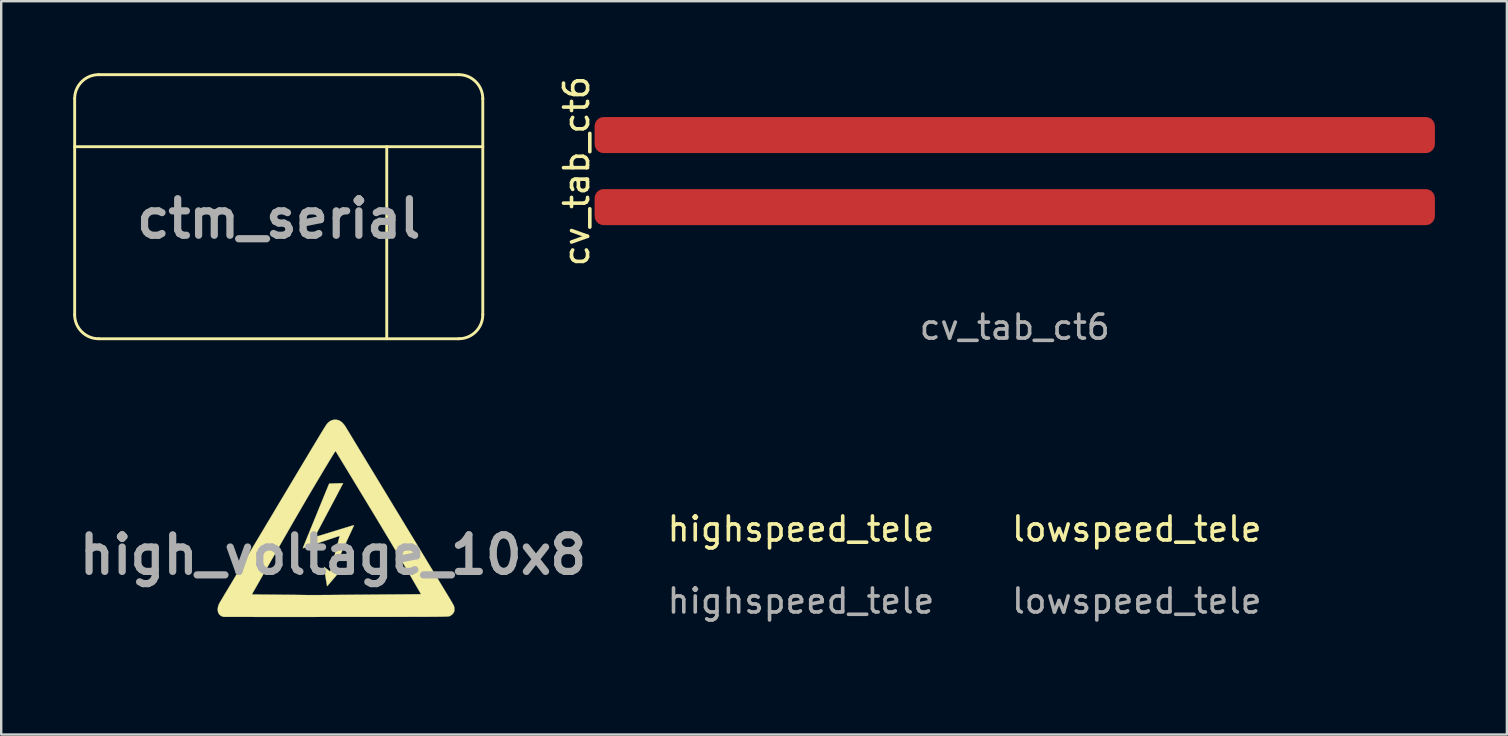
<source format=kicad_pcb>
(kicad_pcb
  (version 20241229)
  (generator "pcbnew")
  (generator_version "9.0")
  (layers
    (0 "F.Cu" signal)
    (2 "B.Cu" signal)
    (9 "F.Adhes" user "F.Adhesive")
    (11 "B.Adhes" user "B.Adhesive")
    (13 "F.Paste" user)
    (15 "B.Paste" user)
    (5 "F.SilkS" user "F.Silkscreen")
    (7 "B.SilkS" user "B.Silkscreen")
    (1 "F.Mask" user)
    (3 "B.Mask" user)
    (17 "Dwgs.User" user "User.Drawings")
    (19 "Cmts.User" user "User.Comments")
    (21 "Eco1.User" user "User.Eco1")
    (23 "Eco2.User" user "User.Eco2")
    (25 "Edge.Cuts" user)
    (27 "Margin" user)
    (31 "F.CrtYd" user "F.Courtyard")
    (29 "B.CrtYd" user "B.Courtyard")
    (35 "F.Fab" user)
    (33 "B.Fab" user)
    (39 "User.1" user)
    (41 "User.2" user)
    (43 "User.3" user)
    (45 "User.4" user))
  (footprint "high_voltage_10x8"
    (layer "F.Cu")
    (at 10.947 18.538)
    (property "Reference" "high_voltage_10x8" (at -0.127 1.524 0) (layer "F.Fab") (effects (font (size 1.524 1.524) (thickness 0.3))))
    (attr through_hole)
    (fp_poly (pts (xy 0.294 -1.46) (xy 0.295 -1.46) (xy 0.291 -1.452) (xy 0.28 -1.43) (xy 0.262 -1.395) (xy 0.237 -1.348) (xy 0.206 -1.289) (xy 0.17 -1.219) (xy 0.127 -1.138) (xy 0.08 -1.049) (xy 0.029 -0.951) (xy -0.027 -0.846) (xy -0.086 -0.734) (xy -0.148 -0.616) (xy -0.214 -0.493) (xy -0.281 -0.366) (xy -0.296 -0.338) (xy -0.364 -0.21) (xy -0.43 -0.086) (xy -0.493 0.033) (xy -0.553 0.147) (xy -0.609 0.253) (xy -0.661 0.353) (xy -0.71 0.444) (xy -0.753 0.526) (xy -0.791 0.598) (xy -0.823 0.66) (xy -0.849 0.71) (xy -0.869 0.748) (xy -0.882 0.773) (xy -0.887 0.783) (xy -0.887 0.784) (xy -0.879 0.782) (xy -0.855 0.775) (xy -0.818 0.764) (xy -0.767 0.749) (xy -0.705 0.73) (xy -0.632 0.708) (xy -0.55 0.682) (xy -0.459 0.655) (xy -0.36 0.624) (xy -0.255 0.592) (xy -0.144 0.558) (xy -0.067 0.534) (xy 0.046 0.499) (xy 0.155 0.465) (xy 0.258 0.434) (xy 0.354 0.404) (xy 0.443 0.377) (xy 0.522 0.353) (xy 0.592 0.332) (xy 0.65 0.315) (xy 0.696 0.302) (xy 0.729 0.292) (xy 0.748 0.287) (xy 0.751 0.287) (xy 0.748 0.295) (xy 0.738 0.317) (xy 0.722 0.354) (xy 0.7 0.402) (xy 0.672 0.463) (xy 0.639 0.534) (xy 0.602 0.615) (xy 0.56 0.705) (xy 0.515 0.802) (xy 0.466 0.907) (xy 0.415 1.018) (xy 0.361 1.134) (xy 0.305 1.255) (xy 0.302 1.262) (xy 0.246 1.382) (xy 0.191 1.499) (xy 0.14 1.61) (xy 0.091 1.715) (xy 0.046 1.813) (xy 0.005 1.903) (xy -0.032 1.984) (xy -0.065 2.055) (xy -0.092 2.116) (xy -0.114 2.165) (xy -0.131 2.202) (xy -0.14 2.225) (xy -0.143 2.234) (xy -0.143 2.234) (xy -0.134 2.232) (xy -0.111 2.228) (xy -0.078 2.221) (xy -0.037 2.212) (xy 0.008 2.202) (xy 0.055 2.191) (xy 0.1 2.18) (xy 0.141 2.17) (xy 0.174 2.162) (xy 0.197 2.156) (xy 0.203 2.154) (xy 0.206 2.156) (xy 0.199 2.168) (xy 0.194 2.173) (xy 0.184 2.185) (xy 0.164 2.207) (xy 0.136 2.24) (xy 0.1 2.282) (xy 0.059 2.33) (xy 0.012 2.385) (xy -0.038 2.444) (xy -0.08 2.493) (xy -0.145 2.569) (xy -0.2 2.633) (xy -0.245 2.686) (xy -0.282 2.729) (xy -0.311 2.763) (xy -0.333 2.789) (xy -0.35 2.807) (xy -0.361 2.819) (xy -0.368 2.826) (xy -0.372 2.828) (xy -0.373 2.828) (xy -0.375 2.819) (xy -0.378 2.795) (xy -0.385 2.757) (xy -0.393 2.708) (xy -0.403 2.649) (xy -0.414 2.581) (xy -0.426 2.506) (xy -0.439 2.427) (xy -0.439 2.426) (xy -0.453 2.346) (xy -0.465 2.271) (xy -0.476 2.203) (xy -0.485 2.144) (xy -0.493 2.095) (xy -0.499 2.058) (xy -0.502 2.034) (xy -0.503 2.025) (xy -0.503 2.025) (xy -0.496 2.029) (xy -0.478 2.042) (xy -0.451 2.063) (xy -0.417 2.089) (xy -0.377 2.119) (xy -0.376 2.12) (xy -0.336 2.151) (xy -0.301 2.178) (xy -0.273 2.199) (xy -0.254 2.213) (xy -0.246 2.218) (xy -0.246 2.218) (xy -0.243 2.21) (xy -0.236 2.187) (xy -0.226 2.151) (xy -0.212 2.102) (xy -0.196 2.043) (xy -0.177 1.974) (xy -0.156 1.897) (xy -0.133 1.814) (xy -0.109 1.726) (xy -0.085 1.634) (xy -0.059 1.539) (xy -0.034 1.444) (xy -0.008 1.349) (xy 0.016 1.256) (xy 0.04 1.167) (xy 0.063 1.082) (xy 0.083 1.003) (xy 0.102 0.932) (xy 0.118 0.87) (xy 0.132 0.818) (xy 0.142 0.778) (xy 0.148 0.751) (xy 0.151 0.738) (xy 0.151 0.738) (xy 0.143 0.739) (xy 0.12 0.746) (xy 0.083 0.757) (xy 0.033 0.773) (xy -0.028 0.793) (xy -0.1 0.817) (xy -0.181 0.844) (xy -0.271 0.873) (xy -0.368 0.906) (xy -0.47 0.941) (xy -0.578 0.977) (xy -0.618 0.991) (xy -0.727 1.028) (xy -0.832 1.063) (xy -0.931 1.097) (xy -1.023 1.128) (xy -1.108 1.157) (xy -1.183 1.182) (xy -1.248 1.204) (xy -1.302 1.222) (xy -1.343 1.236) (xy -1.372 1.245) (xy -1.385 1.249) (xy -1.386 1.25) (xy -1.383 1.242) (xy -1.374 1.219) (xy -1.36 1.183) (xy -1.34 1.134) (xy -1.315 1.073) (xy -1.286 1.001) (xy -1.253 0.92) (xy -1.217 0.83) (xy -1.177 0.732) (xy -1.134 0.627) (xy -1.089 0.516) (xy -1.042 0.4) (xy -0.993 0.281) (xy -0.943 0.158) (xy -0.892 0.033) (xy -0.84 -0.092) (xy -0.789 -0.218) (xy -0.738 -0.343) (xy -0.688 -0.466) (xy -0.639 -0.585) (xy -0.591 -0.702) (xy -0.546 -0.813) (xy -0.503 -0.918) (xy -0.462 -1.017) (xy -0.425 -1.108) (xy -0.391 -1.19) (xy -0.361 -1.262) (xy -0.336 -1.324) (xy -0.315 -1.374) (xy -0.3 -1.411) (xy -0.29 -1.434) (xy -0.286 -1.443) (xy -0.286 -1.444) (xy -0.277 -1.444) (xy -0.254 -1.445) (xy -0.218 -1.447) (xy -0.173 -1.448) (xy -0.12 -1.45) (xy -0.063 -1.452) (xy -0.002 -1.454) (xy 0.058 -1.455) (xy 0.117 -1.457) (xy 0.171 -1.458) (xy 0.218 -1.459) (xy 0.256 -1.46) (xy 0.282 -1.46) (xy 0.294 -1.46)) (stroke (width 0.01) (type solid)) (fill yes) (layer "F.SilkS"))
    (fp_poly (pts (xy 0.053 -4.098) (xy 0.132 -4.073) (xy 0.194 -4.039) (xy 0.237 -4.006) (xy 0.283 -3.961) (xy 0.33 -3.908) (xy 0.372 -3.851) (xy 0.391 -3.822) (xy 0.399 -3.81) (xy 0.415 -3.783) (xy 0.439 -3.744) (xy 0.471 -3.691) (xy 0.511 -3.625) (xy 0.558 -3.548) (xy 0.612 -3.459) (xy 0.673 -3.358) (xy 0.74 -3.247) (xy 0.814 -3.126) (xy 0.893 -2.994) (xy 0.978 -2.854) (xy 1.069 -2.705) (xy 1.165 -2.547) (xy 1.265 -2.381) (xy 1.37 -2.208) (xy 1.479 -2.029) (xy 1.592 -1.842) (xy 1.709 -1.65) (xy 1.829 -1.452) (xy 1.952 -1.248) (xy 2.078 -1.041) (xy 2.206 -0.829) (xy 2.337 -0.613) (xy 2.421 -0.474) (xy 2.555 -0.253) (xy 2.688 -0.035) (xy 2.819 0.182) (xy 2.948 0.395) (xy 3.075 0.604) (xy 3.2 0.809) (xy 3.321 1.01) (xy 3.44 1.205) (xy 3.555 1.395) (xy 3.666 1.578) (xy 3.773 1.755) (xy 3.875 1.924) (xy 3.973 2.085) (xy 4.066 2.238) (xy 4.153 2.382) (xy 4.234 2.516) (xy 4.31 2.64) (xy 4.379 2.754) (xy 4.441 2.857) (xy 4.496 2.948) (xy 4.544 3.027) (xy 4.584 3.093) (xy 4.617 3.146) (xy 4.64 3.185) (xy 4.647 3.196) (xy 4.693 3.273) (xy 4.737 3.346) (xy 4.778 3.415) (xy 4.815 3.479) (xy 4.848 3.535) (xy 4.874 3.582) (xy 4.894 3.618) (xy 4.907 3.642) (xy 4.91 3.649) (xy 4.921 3.683) (xy 4.927 3.715) (xy 4.931 3.753) (xy 4.931 3.785) (xy 4.931 3.825) (xy 4.928 3.855) (xy 4.923 3.879) (xy 4.913 3.904) (xy 4.909 3.913) (xy 4.876 3.966) (xy 4.831 4.014) (xy 4.779 4.051) (xy 4.764 4.059) (xy 4.758 4.063) (xy 4.753 4.066) (xy 4.748 4.069) (xy 4.743 4.071) (xy 4.738 4.074) (xy 4.732 4.077) (xy 4.726 4.079) (xy 4.717 4.081) (xy 4.707 4.083) (xy 4.694 4.085) (xy 4.678 4.087) (xy 4.659 4.089) (xy 4.636 4.091) (xy 4.61 4.092) (xy 4.578 4.093) (xy 4.542 4.095) (xy 4.501 4.096) (xy 4.453 4.097) (xy 4.4 4.098) (xy 4.339 4.099) (xy 4.272 4.1) (xy 4.197 4.101) (xy 4.115 4.102) (xy 4.024 4.102) (xy 3.924 4.103) (xy 3.816 4.103) (xy 3.697 4.104) (xy 3.569 4.104) (xy 3.43 4.105) (xy 3.281 4.105) (xy 3.12 4.105) (xy 2.948 4.106) (xy 2.763 4.106) (xy 2.566 4.106) (xy 2.356 4.106) (xy 2.133 4.107) (xy 1.896 4.107) (xy 1.644 4.107) (xy 1.378 4.107) (xy 1.098 4.107) (xy 0.801 4.108) (xy 0.489 4.108) (xy 0.16 4.108) (xy -0.021 4.108) (xy -0.3 4.108) (xy -0.576 4.108) (xy -0.846 4.109) (xy -1.112 4.109) (xy -1.372 4.109) (xy -1.626 4.109) (xy -1.873 4.109) (xy -2.113 4.109) (xy -2.346 4.109) (xy -2.57 4.109) (xy -2.786 4.109) (xy -2.993 4.109) (xy -3.191 4.109) (xy -3.378 4.109) (xy -3.555 4.108) (xy -3.721 4.108) (xy -3.876 4.108) (xy -4.019 4.108) (xy -4.149 4.108) (xy -4.266 4.108) (xy -4.37 4.107) (xy -4.46 4.107) (xy -4.535 4.107) (xy -4.596 4.106) (xy -4.641 4.106) (xy -4.67 4.106) (xy -4.683 4.105) (xy -4.683 4.105) (xy -4.742 4.089) (xy -4.798 4.061) (xy -4.847 4.022) (xy -4.884 3.977) (xy -4.884 3.976) (xy -4.912 3.914) (xy -4.927 3.844) (xy -4.928 3.769) (xy -4.916 3.689) (xy -4.891 3.608) (xy -4.853 3.528) (xy -4.849 3.522) (xy -4.843 3.511) (xy -4.828 3.486) (xy -4.805 3.447) (xy -4.773 3.394) (xy -4.735 3.33) (xy -4.689 3.252) (xy -4.64 3.171) (xy -3.504 3.171) (xy -3.495 3.171) (xy -3.47 3.172) (xy -3.431 3.173) (xy -3.378 3.173) (xy -3.312 3.174) (xy -3.235 3.175) (xy -3.146 3.176) (xy -3.049 3.178) (xy -2.942 3.179) (xy -2.829 3.18) (xy -2.709 3.181) (xy -2.583 3.183) (xy -2.51 3.183) (xy -2.38 3.184) (xy -2.254 3.186) (xy -2.132 3.187) (xy -2.017 3.188) (xy -1.908 3.189) (xy -1.807 3.19) (xy -1.716 3.191) (xy -1.635 3.192) (xy -1.566 3.193) (xy -1.51 3.194) (xy -1.469 3.194) (xy -1.442 3.195) (xy -1.435 3.195) (xy -1.369 3.196) (xy -1.288 3.197) (xy -1.192 3.198) (xy -1.083 3.198) (xy -0.963 3.198) (xy -0.832 3.198) (xy -0.693 3.198) (xy -0.545 3.197) (xy -0.391 3.196) (xy -0.232 3.195) (xy -0.07 3.194) (xy 0.096 3.192) (xy 0.102 3.192) (xy 0.199 3.191) (xy 0.311 3.19) (xy 0.437 3.189) (xy 0.575 3.188) (xy 0.723 3.186) (xy 0.88 3.185) (xy 1.043 3.184) (xy 1.211 3.182) (xy 1.383 3.181) (xy 1.556 3.179) (xy 1.73 3.178) (xy 1.901 3.177) (xy 2.07 3.175) (xy 2.189 3.174) (xy 2.338 3.173) (xy 2.483 3.172) (xy 2.623 3.171) (xy 2.756 3.17) (xy 2.882 3.169) (xy 2.999 3.168) (xy 3.107 3.167) (xy 3.206 3.166) (xy 3.293 3.165) (xy 3.369 3.164) (xy 3.431 3.163) (xy 3.48 3.163) (xy 3.515 3.162) (xy 3.534 3.162) (xy 3.538 3.162) (xy 3.534 3.154) (xy 3.522 3.133) (xy 3.503 3.098) (xy 3.476 3.052) (xy 3.443 2.994) (xy 3.403 2.925) (xy 3.358 2.847) (xy 3.308 2.759) (xy 3.252 2.663) (xy 3.192 2.56) (xy 3.129 2.45) (xy 3.062 2.335) (xy 2.992 2.214) (xy 2.919 2.089) (xy 2.9 2.056) (xy 2.823 1.923) (xy 2.748 1.795) (xy 2.675 1.67) (xy 2.603 1.547) (xy 2.531 1.426) (xy 2.46 1.304) (xy 2.387 1.182) (xy 2.314 1.058) (xy 2.238 0.931) (xy 2.16 0.8) (xy 2.079 0.665) (xy 1.995 0.524) (xy 1.906 0.376) (xy 1.813 0.221) (xy 1.714 0.057) (xy 1.609 -0.117) (xy 1.498 -0.301) (xy 1.379 -0.496) (xy 1.253 -0.705) (xy 1.123 -0.919) (xy 1.024 -1.082) (xy 0.927 -1.242) (xy 0.833 -1.398) (xy 0.741 -1.549) (xy 0.653 -1.694) (xy 0.569 -1.833) (xy 0.489 -1.965) (xy 0.413 -2.089) (xy 0.342 -2.206) (xy 0.276 -2.314) (xy 0.216 -2.413) (xy 0.162 -2.502) (xy 0.114 -2.581) (xy 0.073 -2.648) (xy 0.039 -2.704) (xy 0.012 -2.748) (xy -0.007 -2.779) (xy -0.018 -2.796) (xy -0.02 -2.8) (xy -0.024 -2.797) (xy -0.033 -2.786) (xy -0.046 -2.766) (xy -0.065 -2.737) (xy -0.09 -2.698) (xy -0.12 -2.649) (xy -0.157 -2.59) (xy -0.2 -2.519) (xy -0.25 -2.437) (xy -0.307 -2.343) (xy -0.371 -2.236) (xy -0.443 -2.117) (xy -0.523 -1.984) (xy -0.61 -1.837) (xy -0.695 -1.695) (xy -0.775 -1.561) (xy -0.852 -1.432) (xy -0.927 -1.306) (xy -1 -1.183) (xy -1.072 -1.061) (xy -1.143 -0.94) (xy -1.215 -0.818) (xy -1.287 -0.694) (xy -1.361 -0.568) (xy -1.436 -0.439) (xy -1.514 -0.305) (xy -1.595 -0.165) (xy -1.68 -0.018) (xy -1.769 0.135) (xy -1.862 0.298) (xy -1.961 0.47) (xy -2.066 0.653) (xy -2.178 0.847) (xy -2.296 1.054) (xy -2.423 1.275) (xy -2.434 1.294) (xy -2.528 1.459) (xy -2.62 1.62) (xy -2.71 1.777) (xy -2.796 1.928) (xy -2.879 2.074) (xy -2.959 2.214) (xy -3.035 2.346) (xy -3.106 2.471) (xy -3.173 2.588) (xy -3.234 2.696) (xy -3.29 2.794) (xy -3.341 2.883) (xy -3.385 2.961) (xy -3.423 3.027) (xy -3.454 3.082) (xy -3.478 3.124) (xy -3.494 3.153) (xy -3.502 3.169) (xy -3.504 3.171) (xy -4.64 3.171) (xy -4.636 3.163) (xy -4.575 3.063) (xy -4.509 2.951) (xy -4.436 2.829) (xy -4.357 2.697) (xy -4.272 2.555) (xy -4.182 2.404) (xy -4.087 2.244) (xy -3.986 2.076) (xy -3.881 1.9) (xy -3.772 1.716) (xy -3.658 1.526) (xy -3.54 1.329) (xy -3.419 1.125) (xy -3.294 0.917) (xy -3.166 0.702) (xy -3.035 0.484) (xy -2.902 0.26) (xy -2.766 0.033) (xy -2.628 -0.197) (xy -2.62 -0.211) (xy -2.455 -0.488) (xy -2.298 -0.751) (xy -2.149 -1) (xy -2.008 -1.235) (xy -1.875 -1.458) (xy -1.749 -1.668) (xy -1.631 -1.866) (xy -1.52 -2.052) (xy -1.415 -2.226) (xy -1.318 -2.389) (xy -1.226 -2.542) (xy -1.141 -2.684) (xy -1.062 -2.816) (xy -0.989 -2.938) (xy -0.921 -3.051) (xy -0.858 -3.155) (xy -0.8 -3.251) (xy -0.748 -3.338) (xy -0.7 -3.418) (xy -0.656 -3.49) (xy -0.616 -3.555) (xy -0.58 -3.614) (xy -0.548 -3.666) (xy -0.52 -3.713) (xy -0.494 -3.754) (xy -0.472 -3.79) (xy -0.452 -3.821) (xy -0.435 -3.847) (xy -0.421 -3.87) (xy -0.408 -3.889) (xy -0.397 -3.905) (xy -0.388 -3.918) (xy -0.381 -3.928) (xy -0.374 -3.936) (xy -0.369 -3.943) (xy -0.366 -3.946) (xy -0.335 -3.977) (xy -0.303 -4.007) (xy -0.274 -4.03) (xy -0.262 -4.039) (xy -0.186 -4.078) (xy -0.107 -4.101) (xy -0.027 -4.107) (xy 0.053 -4.098)) (stroke (width 0.01) (type solid)) (fill yes) (layer "F.SilkS")))
  (footprint "ctm_serial"
    (layer "F.Cu")
    (at 8.56 5.56)
    (property "Reference" "ctm_serial" (at 0 0.5 0) (layer "F.Fab") (effects (font (size 1.524 1.524) (thickness 0.3))))
    (attr through_hole)
    (fp_line (start -8.5 -2.5) (end 8.5 -2.5) (stroke (width 0.12) (type solid)) (layer "F.SilkS"))
    (fp_line (start -8.5 4.5) (end -8.5 -4.5) (stroke (width 0.12) (type solid)) (layer "F.SilkS"))
    (fp_line (start -7.5 -5.5) (end 7.5 -5.5) (stroke (width 0.12) (type solid)) (layer "F.SilkS"))
    (fp_line (start -7.5 5.5) (end 7.5 5.5) (stroke (width 0.12) (type solid)) (layer "F.SilkS"))
    (fp_line (start 4.5 -2.5) (end 4.5 5.5) (stroke (width 0.12) (type solid)) (layer "F.SilkS"))
    (fp_line (start 8.5 4.5) (end 8.5 -4.5) (stroke (width 0.12) (type solid)) (layer "F.SilkS"))
    (fp_arc (start -8.5 -4.5) (mid -8.207107 -5.207107) (end -7.5 -5.5) (stroke (width 0.12) (type solid)) (layer "F.SilkS"))
    (fp_arc (start -7.5 5.5) (mid -8.207107 5.207107) (end -8.5 4.5) (stroke (width 0.12) (type solid)) (layer "F.SilkS"))
    (fp_arc (start 7.5 -5.5) (mid 8.207107 -5.207107) (end 8.5 -4.5) (stroke (width 0.12) (type solid)) (layer "F.SilkS"))
    (fp_arc (start 8.5 4.5) (mid 8.207107 5.207107) (end 7.5 5.5) (stroke (width 0.12) (type solid)) (layer "F.SilkS"))
    (fp_text user "${TITLE}" (at 0 -4 0) (layer "F.SilkS") (effects (font (size 1.2 1.2) (thickness 0.15))))
    (fp_text user "${REVISION}" (at 6.5 1.5 90) (layer "F.SilkS") (effects (font (size 1.2 1.2) (thickness 0.15)))))
  (footprint "highspeed_tele"
    (layer "F.Cu")
    (at 30.314 19.486)
    (property "Reference" "highspeed_tele" (at 0 -0.5 0) (unlocked yes) (layer "F.SilkS") (effects (font (size 1 1) (thickness 0.15))))
    (attr smd)
    (fp_line (start -5 0) (end 5 0) (stroke (width 0.12) (type default)) (layer "User.2"))
    (fp_line (start 0 -5) (end 0 5) (stroke (width 0.12) (type default)) (layer "User.2"))
    (fp_circle (center 0 0) (end 0 -4) (stroke (width 0.12) (type default)) (fill no) (layer "User.2"))
    (fp_text user "${REFERENCE}" (at 0 2.5 0) (unlocked yes) (layer "F.Fab") (effects (font (size 1 1) (thickness 0.15)))))
  (footprint "cv_tab_ct6"
    (layer "F.Cu")
    (at 39.218 4.077)
    (property "Reference" "cv_tab_ct6" (at -18.25 0 90) (unlocked yes) (layer "F.SilkS") (effects (font (size 1 1) (thickness 0.15))))
    (attr smd)
    (fp_text user "${REFERENCE}" (at 0 6.5 0) (unlocked yes) (layer "F.Fab") (effects (font (size 1 1) (thickness 0.15))))
    (pad "1" smd roundrect (at 0 -1.5) (size 35 1.5) (layers "F.Cu" "F.Mask" "F.Paste") (roundrect_rratio 0.25))
    (pad "2" smd roundrect (at 0 1.5) (size 35 1.5) (layers "F.Cu" "F.Mask" "F.Paste") (roundrect_rratio 0.25)))
  (footprint "lowspeed_tele"
    (layer "F.Cu")
    (at 44.302 19.486)
    (property "Reference" "lowspeed_tele" (at 0 -0.5 0) (unlocked yes) (layer "F.SilkS") (effects (font (size 1 1) (thickness 0.15))))
    (attr smd)
    (fp_line (start -5 0) (end 5 0) (stroke (width 0.12) (type default)) (layer "User.2"))
    (fp_line (start 0 -5) (end 0 5) (stroke (width 0.12) (type default)) (layer "User.2"))
    (fp_circle (center 0 0) (end 4 0) (stroke (width 0.12) (type default)) (fill no) (layer "User.7"))
    (fp_text user "${REFERENCE}" (at 0 2.5 0) (unlocked yes) (layer "F.Fab") (effects (font (size 1 1) (thickness 0.15)))))
  (gr_rect
    (start -3 -3)
    (end 59.718 27.546)
    (stroke (width 0.1) (type default))
    (fill no)
    (layer "Edge.Cuts")))
</source>
